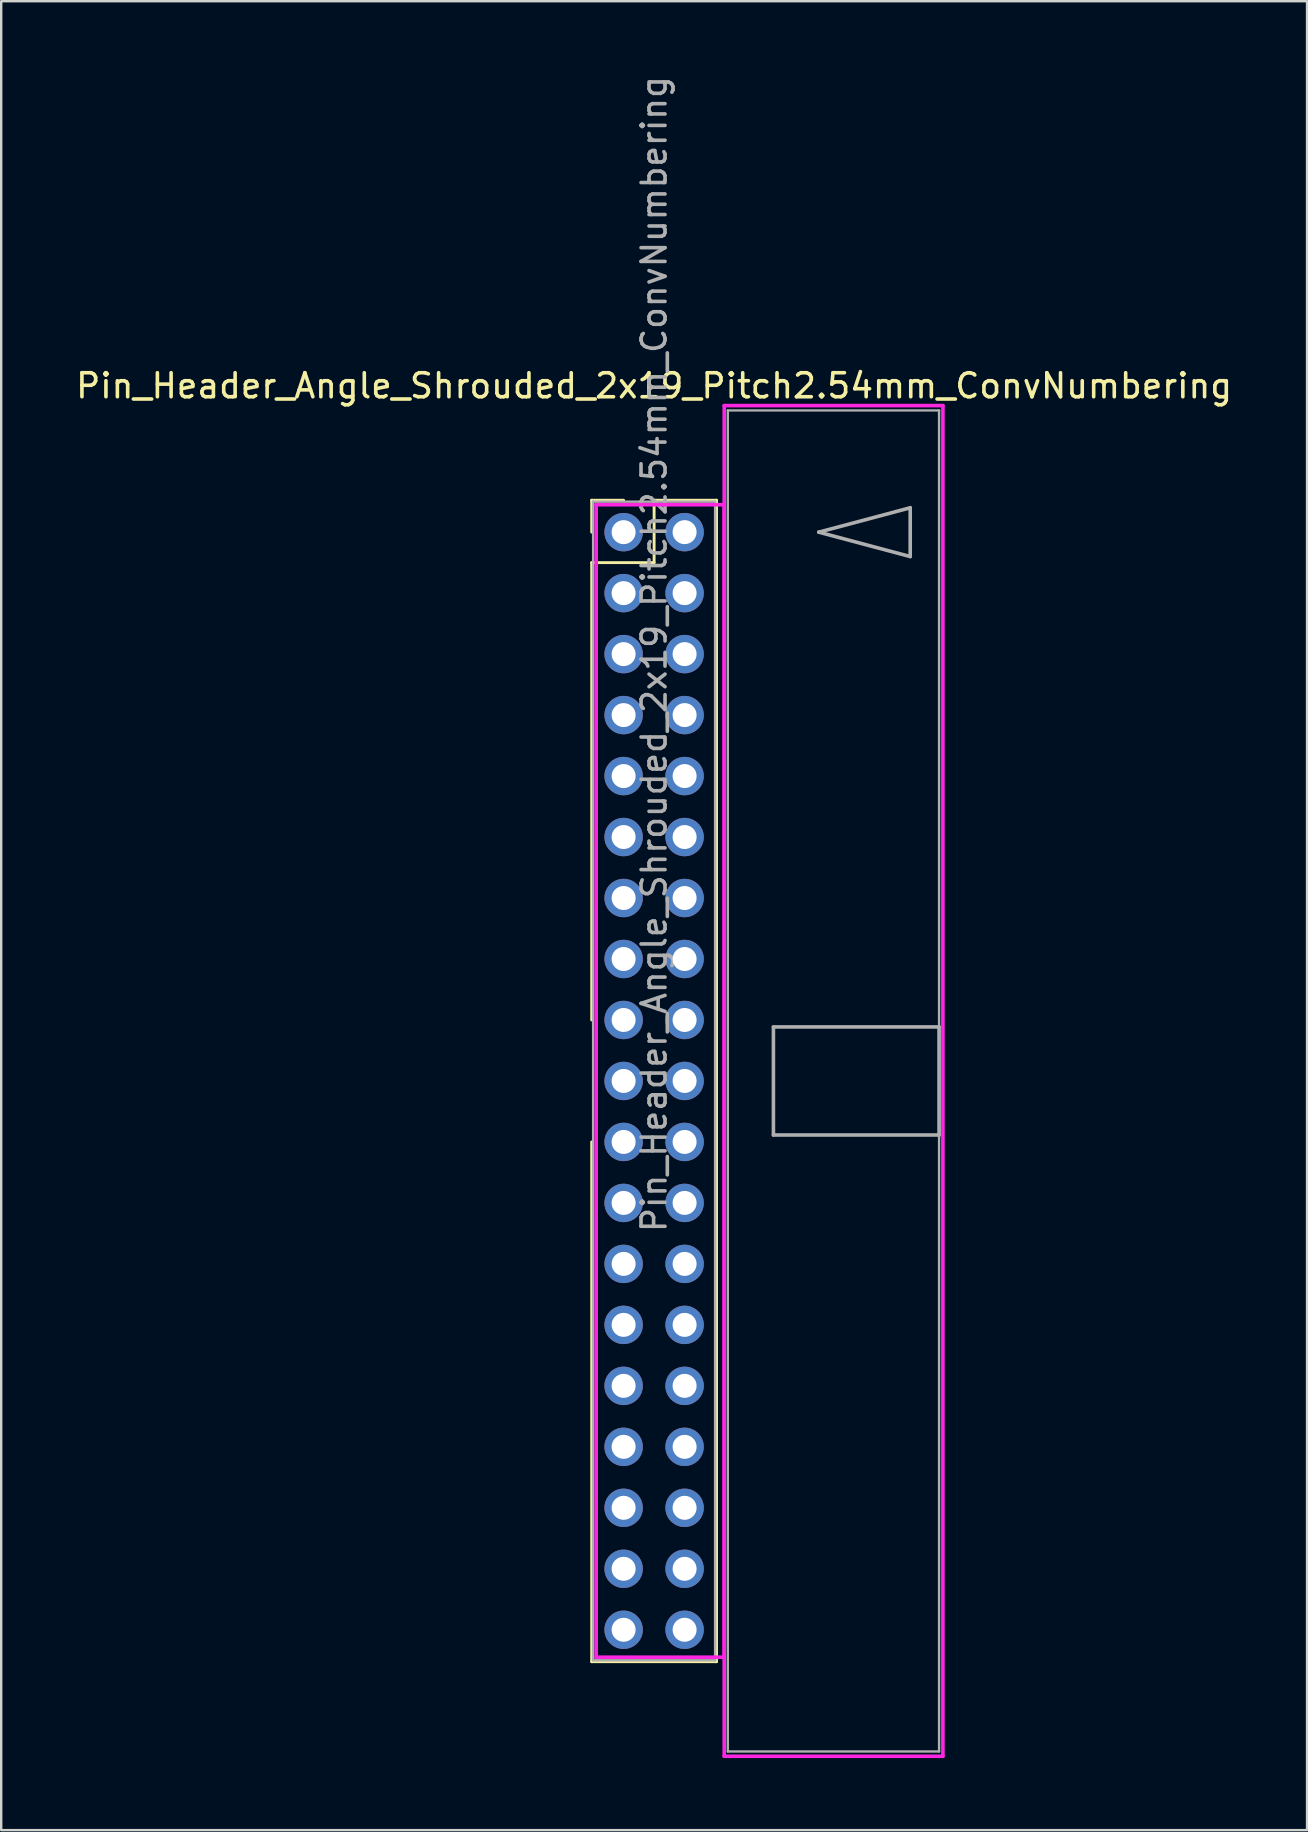
<source format=kicad_pcb>
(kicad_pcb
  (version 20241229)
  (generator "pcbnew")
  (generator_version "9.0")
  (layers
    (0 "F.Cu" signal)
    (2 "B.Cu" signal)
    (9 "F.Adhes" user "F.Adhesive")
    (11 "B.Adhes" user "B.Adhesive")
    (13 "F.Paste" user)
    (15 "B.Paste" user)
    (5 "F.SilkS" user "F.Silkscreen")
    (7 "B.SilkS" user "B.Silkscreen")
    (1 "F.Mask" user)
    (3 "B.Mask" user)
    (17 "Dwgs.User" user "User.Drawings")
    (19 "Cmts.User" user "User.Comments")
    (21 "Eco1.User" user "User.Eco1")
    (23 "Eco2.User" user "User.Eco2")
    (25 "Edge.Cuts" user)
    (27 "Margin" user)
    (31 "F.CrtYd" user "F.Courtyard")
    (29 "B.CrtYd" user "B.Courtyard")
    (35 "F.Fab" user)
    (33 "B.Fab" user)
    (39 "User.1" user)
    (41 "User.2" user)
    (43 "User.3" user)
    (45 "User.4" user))
  (footprint "Pin_Header_Angle_Shrouded_2x19_Pitch2.54mm_ConvNumbering"
    (layer "F.Cu")
    (at 22.926 19.116)
    (property "Reference" "Pin_Header_Angle_Shrouded_2x19_Pitch2.54mm_ConvNumbering" (at 1.27 -6.096 0) (layer "F.SilkS") (effects (font (size 1 1) (thickness 0.15))))
    (attr through_hole)
    (fp_line (start -1.33 -1.33) (end 0 -1.33) (stroke (width 0.12) (type solid)) (layer "F.SilkS"))
    (fp_line (start -1.33 0) (end -1.33 -1.33) (stroke (width 0.12) (type solid)) (layer "F.SilkS"))
    (fp_line (start -1.33 1.27) (end -1.33 20.32) (stroke (width 0.12) (type solid)) (layer "F.SilkS"))
    (fp_line (start -1.33 1.27) (end 1.27 1.27) (stroke (width 0.12) (type solid)) (layer "F.SilkS"))
    (fp_line (start -1.33 25.4) (end -1.33 47.05) (stroke (width 0.12) (type solid)) (layer "F.SilkS"))
    (fp_line (start -1.33 47.05) (end 3.87 47.05) (stroke (width 0.12) (type solid)) (layer "F.SilkS"))
    (fp_line (start 1.27 -1.33) (end 3.87 -1.33) (stroke (width 0.12) (type solid)) (layer "F.SilkS"))
    (fp_line (start 1.27 1.27) (end 1.27 -1.33) (stroke (width 0.12) (type solid)) (layer "F.SilkS"))
    (fp_line (start 3.87 -1.33) (end 3.87 47.05) (stroke (width 0.12) (type solid)) (layer "F.SilkS"))
    (fp_line (start -1.143 -1.143) (end -1.143 46.863) (stroke (width 0.15) (type solid)) (layer "F.CrtYd"))
    (fp_line (start -1.143 46.863) (end 4.19 46.863) (stroke (width 0.15) (type solid)) (layer "F.CrtYd"))
    (fp_line (start 4.19 -5.27) (end 4.19 50.99) (stroke (width 0.15) (type solid)) (layer "F.CrtYd"))
    (fp_line (start 4.19 -1.143) (end -1.143 -1.143) (stroke (width 0.15) (type solid)) (layer "F.CrtYd"))
    (fp_line (start 4.19 46.863) (end 4.19 -1.143) (stroke (width 0.15) (type solid)) (layer "F.CrtYd"))
    (fp_line (start 4.19 50.99) (end 13.3 50.99) (stroke (width 0.15) (type solid)) (layer "F.CrtYd"))
    (fp_line (start 13.3 -5.27) (end 4.19 -5.27) (stroke (width 0.15) (type solid)) (layer "F.CrtYd"))
    (fp_line (start 13.3 50.99) (end 13.3 -5.27) (stroke (width 0.15) (type solid)) (layer "F.CrtYd"))
    (fp_line (start -1.27 -1.27) (end -1.27 46.99) (stroke (width 0.1) (type solid)) (layer "F.Fab"))
    (fp_line (start -1.27 46.99) (end 3.81 46.99) (stroke (width 0.1) (type solid)) (layer "F.Fab"))
    (fp_line (start 3.81 -1.27) (end -1.27 -1.27) (stroke (width 0.1) (type solid)) (layer "F.Fab"))
    (fp_line (start 3.81 46.99) (end 3.81 -1.27) (stroke (width 0.1) (type solid)) (layer "F.Fab"))
    (fp_line (start 4.34 -5.07) (end 4.34 50.79) (stroke (width 0.1) (type solid)) (layer "F.Fab"))
    (fp_line (start 4.34 50.79) (end 13.14 50.79) (stroke (width 0.1) (type solid)) (layer "F.Fab"))
    (fp_line (start 6.24 20.61) (end 6.24 25.11) (stroke (width 0.15) (type solid)) (layer "F.Fab"))
    (fp_line (start 6.24 25.11) (end 13.14 25.11) (stroke (width 0.15) (type solid)) (layer "F.Fab"))
    (fp_line (start 8.128 0) (end 11.938 -1.016) (stroke (width 0.15) (type solid)) (layer "F.Fab"))
    (fp_line (start 11.938 -1.016) (end 11.938 1.016) (stroke (width 0.15) (type solid)) (layer "F.Fab"))
    (fp_line (start 11.938 1.016) (end 8.128 0) (stroke (width 0.15) (type solid)) (layer "F.Fab"))
    (fp_line (start 13.14 -5.07) (end 4.34 -5.07) (stroke (width 0.1) (type solid)) (layer "F.Fab"))
    (fp_line (start 13.14 20.61) (end 6.24 20.61) (stroke (width 0.15) (type solid)) (layer "F.Fab"))
    (fp_line (start 13.14 25.11) (end 13.14 20.61) (stroke (width 0.15) (type solid)) (layer "F.Fab"))
    (fp_line (start 13.14 50.79) (end 13.14 -5.07) (stroke (width 0.1) (type solid)) (layer "F.Fab"))
    (fp_text user "${REFERENCE}" (at 1.27 5.08 90) (layer "F.Fab") (effects (font (size 1 1) (thickness 0.15))))
    (pad "1" thru_hole oval (at 0 0) (size 1.6 1.6) (drill 1) (layers "*.Cu" "*.Mask"))
    (pad "2" thru_hole oval (at 2.54 0) (size 1.6 1.6) (drill 1) (layers "*.Cu" "*.Mask"))
    (pad "3" thru_hole oval (at 0 2.54) (size 1.6 1.6) (drill 1) (layers "*.Cu" "*.Mask"))
    (pad "4" thru_hole oval (at 2.54 2.54) (size 1.6 1.6) (drill 1) (layers "*.Cu" "*.Mask"))
    (pad "5" thru_hole oval (at 0 5.08) (size 1.6 1.6) (drill 1) (layers "*.Cu" "*.Mask"))
    (pad "6" thru_hole oval (at 2.54 5.08) (size 1.6 1.6) (drill 1) (layers "*.Cu" "*.Mask"))
    (pad "7" thru_hole oval (at 0 7.62) (size 1.6 1.6) (drill 1) (layers "*.Cu" "*.Mask"))
    (pad "8" thru_hole oval (at 2.54 7.62) (size 1.6 1.6) (drill 1) (layers "*.Cu" "*.Mask"))
    (pad "9" thru_hole oval (at 0 10.16) (size 1.6 1.6) (drill 1) (layers "*.Cu" "*.Mask"))
    (pad "10" thru_hole oval (at 2.54 10.16) (size 1.6 1.6) (drill 1) (layers "*.Cu" "*.Mask"))
    (pad "11" thru_hole oval (at 0 12.7) (size 1.6 1.6) (drill 1) (layers "*.Cu" "*.Mask"))
    (pad "12" thru_hole oval (at 2.54 12.7) (size 1.6 1.6) (drill 1) (layers "*.Cu" "*.Mask"))
    (pad "13" thru_hole oval (at 0 15.24) (size 1.6 1.6) (drill 1) (layers "*.Cu" "*.Mask"))
    (pad "14" thru_hole oval (at 2.54 15.24) (size 1.6 1.6) (drill 1) (layers "*.Cu" "*.Mask"))
    (pad "15" thru_hole oval (at 0 17.78) (size 1.6 1.6) (drill 1) (layers "*.Cu" "*.Mask"))
    (pad "16" thru_hole oval (at 2.54 17.78) (size 1.6 1.6) (drill 1) (layers "*.Cu" "*.Mask"))
    (pad "17" thru_hole oval (at 0 20.32) (size 1.6 1.6) (drill 1) (layers "*.Cu" "*.Mask"))
    (pad "18" thru_hole oval (at 2.54 20.32) (size 1.6 1.6) (drill 1) (layers "*.Cu" "*.Mask"))
    (pad "19" thru_hole oval (at 0 22.86) (size 1.6 1.6) (drill 1) (layers "*.Cu" "*.Mask"))
    (pad "20" thru_hole oval (at 2.54 22.86) (size 1.6 1.6) (drill 1) (layers "*.Cu" "*.Mask"))
    (pad "21" thru_hole oval (at 0 25.4) (size 1.6 1.6) (drill 1) (layers "*.Cu" "*.Mask"))
    (pad "22" thru_hole oval (at 2.54 25.4) (size 1.6 1.6) (drill 1) (layers "*.Cu" "*.Mask"))
    (pad "23" thru_hole oval (at 0 27.94) (size 1.6 1.6) (drill 1) (layers "*.Cu" "*.Mask"))
    (pad "24" thru_hole oval (at 2.54 27.94) (size 1.6 1.6) (drill 1) (layers "*.Cu" "*.Mask"))
    (pad "25" thru_hole oval (at 0 30.48) (size 1.6 1.6) (drill 1) (layers "*.Cu" "*.Mask"))
    (pad "26" thru_hole oval (at 2.54 30.48) (size 1.6 1.6) (drill 1) (layers "*.Cu" "*.Mask"))
    (pad "27" thru_hole oval (at 0 33.02) (size 1.6 1.6) (drill 1) (layers "*.Cu" "*.Mask"))
    (pad "28" thru_hole oval (at 2.54 33.02) (size 1.6 1.6) (drill 1) (layers "*.Cu" "*.Mask"))
    (pad "29" thru_hole oval (at 0 35.56) (size 1.6 1.6) (drill 1) (layers "*.Cu" "*.Mask"))
    (pad "30" thru_hole oval (at 2.54 35.56) (size 1.6 1.6) (drill 1) (layers "*.Cu" "*.Mask"))
    (pad "31" thru_hole oval (at 0 38.1) (size 1.6 1.6) (drill 1) (layers "*.Cu" "*.Mask"))
    (pad "32" thru_hole oval (at 2.54 38.1) (size 1.6 1.6) (drill 1) (layers "*.Cu" "*.Mask"))
    (pad "33" thru_hole oval (at 0 40.64) (size 1.6 1.6) (drill 1) (layers "*.Cu" "*.Mask"))
    (pad "34" thru_hole oval (at 2.54 40.64) (size 1.6 1.6) (drill 1) (layers "*.Cu" "*.Mask"))
    (pad "35" thru_hole oval (at 0 43.18) (size 1.6 1.6) (drill 1) (layers "*.Cu" "*.Mask"))
    (pad "36" thru_hole oval (at 2.54 43.18) (size 1.6 1.6) (drill 1) (layers "*.Cu" "*.Mask"))
    (pad "37" thru_hole oval (at 0 45.72) (size 1.6 1.6) (drill 1) (layers "*.Cu" "*.Mask"))
    (pad "38" thru_hole oval (at 2.54 45.72) (size 1.6 1.6) (drill 1) (layers "*.Cu" "*.Mask")))
  (gr_rect
    (start -3 -3)
    (end 51.393 73.181)
    (stroke (width 0.1) (type default))
    (fill no)
    (layer "Edge.Cuts")))
</source>
